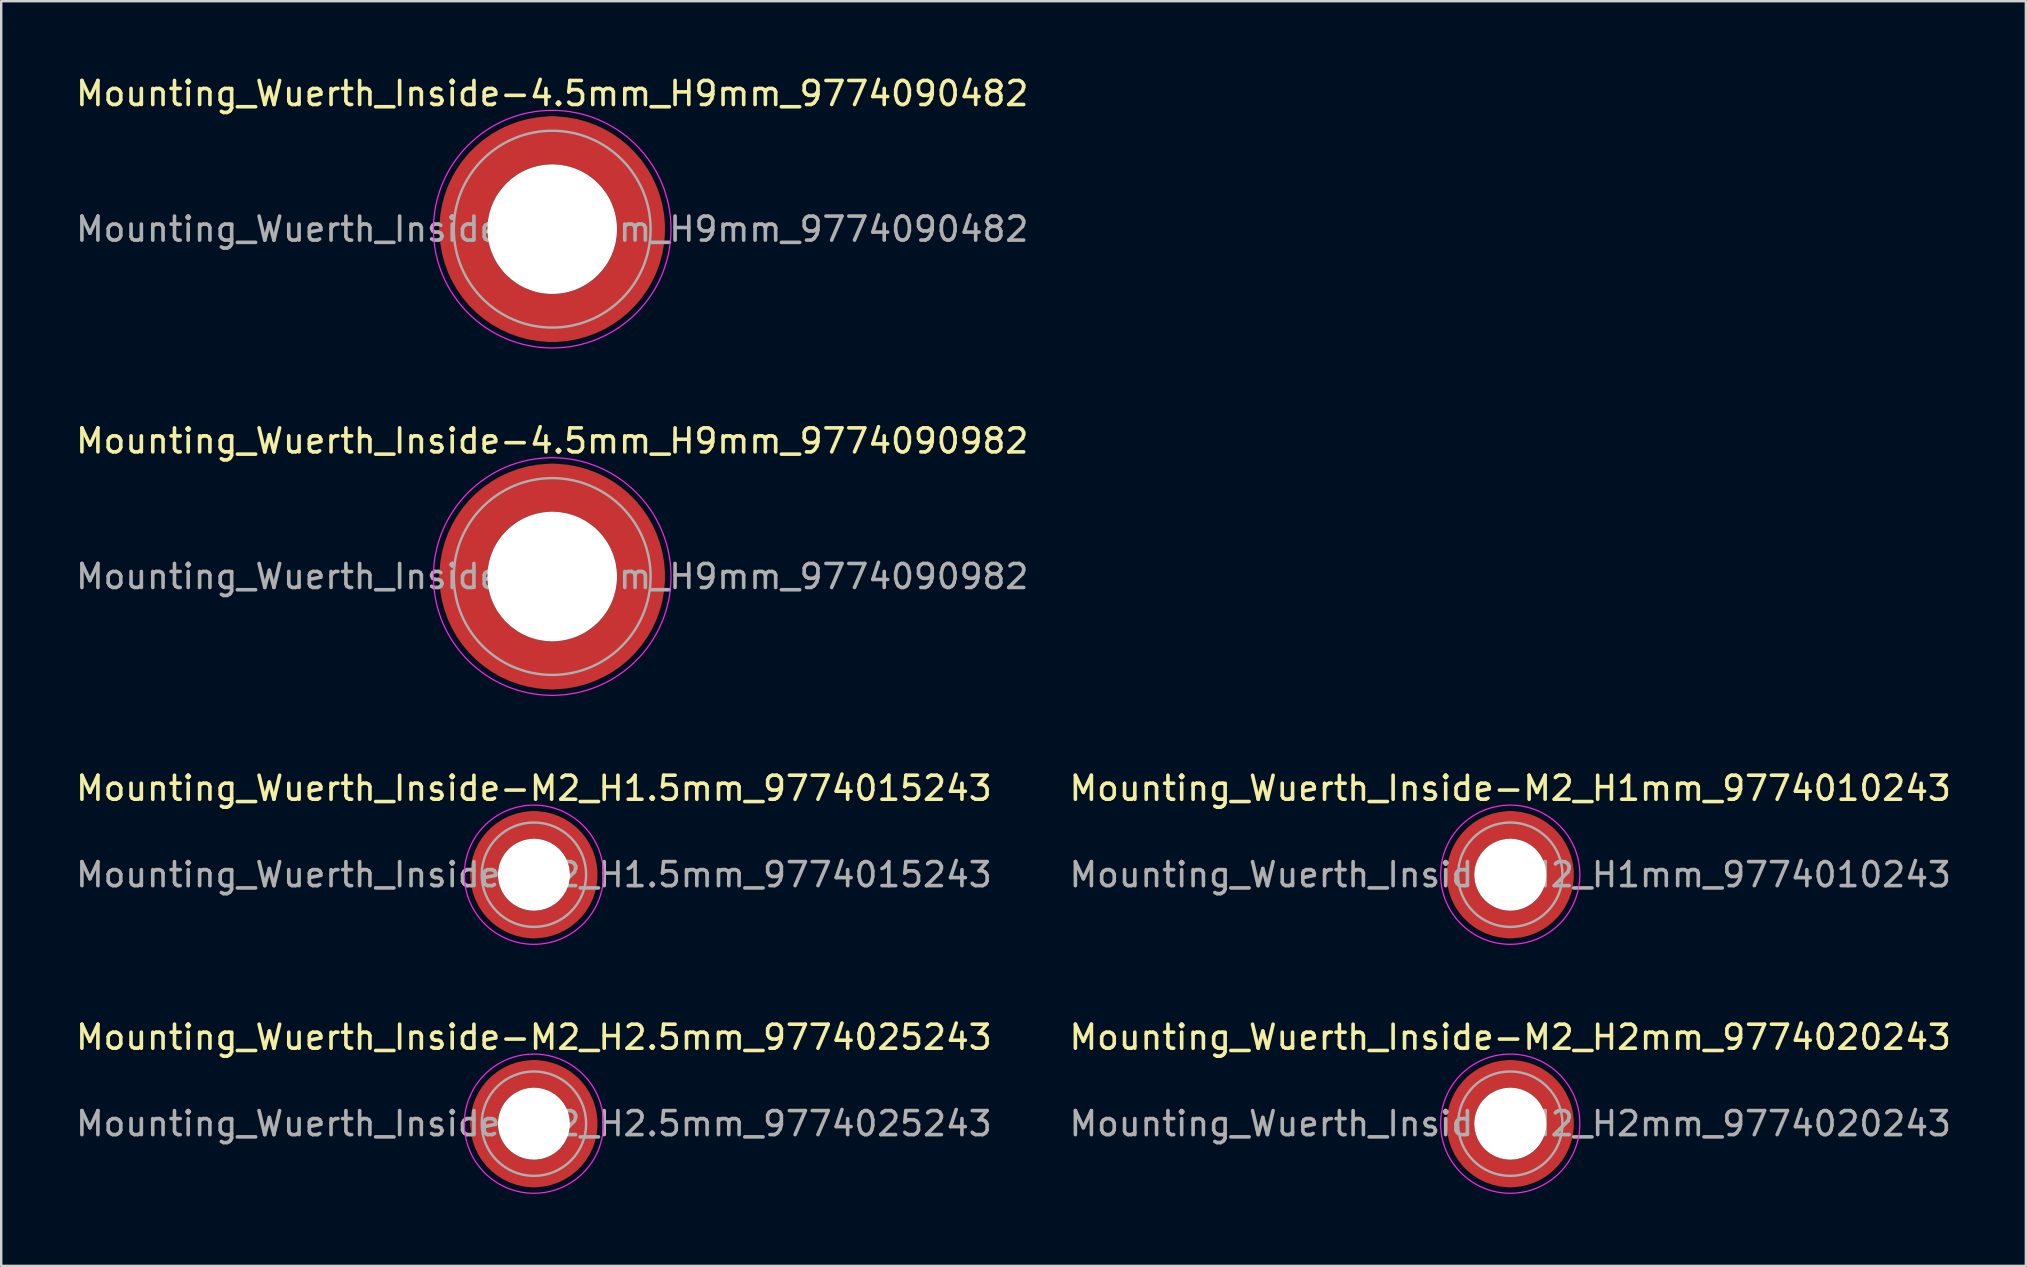
<source format=kicad_pcb>
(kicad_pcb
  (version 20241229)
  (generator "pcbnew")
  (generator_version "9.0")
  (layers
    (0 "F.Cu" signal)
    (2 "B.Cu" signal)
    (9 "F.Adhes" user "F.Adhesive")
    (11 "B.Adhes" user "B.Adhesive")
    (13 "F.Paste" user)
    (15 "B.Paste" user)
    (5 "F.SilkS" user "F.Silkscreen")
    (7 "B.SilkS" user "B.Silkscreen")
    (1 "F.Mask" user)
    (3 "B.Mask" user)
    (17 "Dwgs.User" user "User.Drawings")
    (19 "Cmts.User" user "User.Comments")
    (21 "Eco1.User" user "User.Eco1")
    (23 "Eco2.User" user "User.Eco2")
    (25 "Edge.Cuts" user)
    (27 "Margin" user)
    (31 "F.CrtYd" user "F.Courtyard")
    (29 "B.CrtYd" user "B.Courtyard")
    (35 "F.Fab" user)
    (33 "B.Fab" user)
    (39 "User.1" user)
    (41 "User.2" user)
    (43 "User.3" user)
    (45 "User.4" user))
  (footprint "Mounting_Wuerth_Inside-M2_H2.5mm_9774025243"
    (layer "F.Cu")
    (at 19.196 43.768)
    (property "Reference" "Mounting_Wuerth_Inside-M2_H2.5mm_9774025243" (at 0 -3.6 0) (layer "F.SilkS") (effects (font (size 1 1) (thickness 0.15))))
    (attr smd)
    (fp_circle (center 0 0) (end 2.9 0) (stroke (width 0.05) (type solid)) (fill no) (layer "F.CrtYd"))
    (fp_circle (center 0 0) (end 2.175 0) (stroke (width 0.1) (type solid)) (fill no) (layer "F.Fab"))
    (fp_text user "${REFERENCE}" (at 0 0 0) (layer "F.Fab") (effects (font (size 1 1) (thickness 0.15))))
    (pad "" smd custom (at -1.453 -1.453) (size 1.01 1.01) (layers "F.Paste") (options (anchor circle)) (primitives (gr_arc (start -0.262632 0.900604) (mid 0.178544 0.178544) (end 0.900604 -0.262632) (width 0.505)) (gr_arc (start -0.526231 0.900604) (mid 0 0) (end 0.900604 -0.526231) (width 0.505)) (gr_arc (start -0.787275 0.900604) (mid -0.178545 -0.178545) (end 0.900604 -0.787275) (width 0.505)) (gr_line (start 0.901 -0.263) (end 0.901 -0.787) (width 0.505)) (gr_line (start -0.263 0.901) (end -0.787 0.901) (width 0.505))))
    (pad "" smd custom (at -1.453 1.453) (size 1.01 1.01) (layers "F.Paste") (options (anchor circle)) (primitives (gr_arc (start 0.900604 0.262632) (mid 0.178544 -0.178544) (end -0.262632 -0.900604) (width 0.505)) (gr_arc (start 0.900604 0.526231) (mid 0 0) (end -0.526231 -0.900604) (width 0.505)) (gr_arc (start 0.900604 0.787275) (mid -0.178545 0.178545) (end -0.787275 -0.900604) (width 0.505)) (gr_line (start -0.263 -0.901) (end -0.787 -0.901) (width 0.505)) (gr_line (start 0.901 0.263) (end 0.901 0.787) (width 0.505))))
    (pad "" np_thru_hole circle (at 0 0) (size 3 3) (drill 3) (layers "*.Cu" "*.Mask"))
    (pad "" smd custom (at 1.453 -1.453) (size 1.01 1.01) (layers "F.Paste") (options (anchor circle)) (primitives (gr_arc (start -0.900604 -0.262632) (mid -0.178544 0.178544) (end 0.262632 0.900604) (width 0.505)) (gr_arc (start -0.900604 -0.526231) (mid 0 0) (end 0.526231 0.900604) (width 0.505)) (gr_arc (start -0.900604 -0.787275) (mid 0.178545 -0.178545) (end 0.787275 0.900604) (width 0.505)) (gr_line (start 0.263 0.901) (end 0.787 0.901) (width 0.505)) (gr_line (start -0.901 -0.263) (end -0.901 -0.787) (width 0.505))))
    (pad "" smd custom (at 1.453 1.453) (size 1.01 1.01) (layers "F.Paste") (options (anchor circle)) (primitives (gr_arc (start 0.262632 -0.900604) (mid -0.178544 -0.178544) (end -0.900604 0.262632) (width 0.505)) (gr_arc (start 0.526231 -0.900604) (mid 0 0) (end -0.900604 0.526231) (width 0.505)) (gr_arc (start 0.787275 -0.900604) (mid 0.178545 0.178545) (end -0.900604 0.787275) (width 0.505)) (gr_line (start -0.901 0.263) (end -0.901 0.787) (width 0.505)) (gr_line (start 0.263 -0.901) (end 0.787 -0.901) (width 0.505))))
    (pad "1" smd circle (at -2.075 0) (size 1.15 1.15) (layers "F.Cu"))
    (pad "1" smd circle (at 0 -2.075) (size 1.15 1.15) (layers "F.Cu"))
    (pad "1" smd circle (at 0 2.075) (size 1.15 1.15) (layers "F.Cu"))
    (pad "1" smd custom (at 2.075 0) (size 1.15 1.15) (layers "F.Cu" "F.Mask") (options (anchor circle)) (primitives (gr_circle (center -2.075 0) (end 0 0) (width 1.15) (fill no)))))
  (footprint "Mounting_Wuerth_Inside-M2_H1.5mm_9774015243"
    (layer "F.Cu")
    (at 19.196 33.395)
    (property "Reference" "Mounting_Wuerth_Inside-M2_H1.5mm_9774015243" (at 0 -3.6 0) (layer "F.SilkS") (effects (font (size 1 1) (thickness 0.15))))
    (attr smd)
    (fp_circle (center 0 0) (end 2.9 0) (stroke (width 0.05) (type solid)) (fill no) (layer "F.CrtYd"))
    (fp_circle (center 0 0) (end 2.175 0) (stroke (width 0.1) (type solid)) (fill no) (layer "F.Fab"))
    (fp_text user "${REFERENCE}" (at 0 0 0) (layer "F.Fab") (effects (font (size 1 1) (thickness 0.15))))
    (pad "" smd custom (at -1.453 -1.453) (size 1.01 1.01) (layers "F.Paste") (options (anchor circle)) (primitives (gr_arc (start -0.262632 0.900604) (mid 0.178544 0.178544) (end 0.900604 -0.262632) (width 0.505)) (gr_arc (start -0.526231 0.900604) (mid 0 0) (end 0.900604 -0.526231) (width 0.505)) (gr_arc (start -0.787275 0.900604) (mid -0.178545 -0.178545) (end 0.900604 -0.787275) (width 0.505)) (gr_line (start 0.901 -0.263) (end 0.901 -0.787) (width 0.505)) (gr_line (start -0.263 0.901) (end -0.787 0.901) (width 0.505))))
    (pad "" smd custom (at -1.453 1.453) (size 1.01 1.01) (layers "F.Paste") (options (anchor circle)) (primitives (gr_arc (start 0.900604 0.262632) (mid 0.178544 -0.178544) (end -0.262632 -0.900604) (width 0.505)) (gr_arc (start 0.900604 0.526231) (mid 0 0) (end -0.526231 -0.900604) (width 0.505)) (gr_arc (start 0.900604 0.787275) (mid -0.178545 0.178545) (end -0.787275 -0.900604) (width 0.505)) (gr_line (start -0.263 -0.901) (end -0.787 -0.901) (width 0.505)) (gr_line (start 0.901 0.263) (end 0.901 0.787) (width 0.505))))
    (pad "" np_thru_hole circle (at 0 0) (size 3 3) (drill 3) (layers "*.Cu" "*.Mask"))
    (pad "" smd custom (at 1.453 -1.453) (size 1.01 1.01) (layers "F.Paste") (options (anchor circle)) (primitives (gr_arc (start -0.900604 -0.262632) (mid -0.178544 0.178544) (end 0.262632 0.900604) (width 0.505)) (gr_arc (start -0.900604 -0.526231) (mid 0 0) (end 0.526231 0.900604) (width 0.505)) (gr_arc (start -0.900604 -0.787275) (mid 0.178545 -0.178545) (end 0.787275 0.900604) (width 0.505)) (gr_line (start 0.263 0.901) (end 0.787 0.901) (width 0.505)) (gr_line (start -0.901 -0.263) (end -0.901 -0.787) (width 0.505))))
    (pad "" smd custom (at 1.453 1.453) (size 1.01 1.01) (layers "F.Paste") (options (anchor circle)) (primitives (gr_arc (start 0.262632 -0.900604) (mid -0.178544 -0.178544) (end -0.900604 0.262632) (width 0.505)) (gr_arc (start 0.526231 -0.900604) (mid 0 0) (end -0.900604 0.526231) (width 0.505)) (gr_arc (start 0.787275 -0.900604) (mid 0.178545 0.178545) (end -0.900604 0.787275) (width 0.505)) (gr_line (start -0.901 0.263) (end -0.901 0.787) (width 0.505)) (gr_line (start 0.263 -0.901) (end 0.787 -0.901) (width 0.505))))
    (pad "1" smd circle (at -2.075 0) (size 1.15 1.15) (layers "F.Cu"))
    (pad "1" smd circle (at 0 -2.075) (size 1.15 1.15) (layers "F.Cu"))
    (pad "1" smd circle (at 0 2.075) (size 1.15 1.15) (layers "F.Cu"))
    (pad "1" smd custom (at 2.075 0) (size 1.15 1.15) (layers "F.Cu" "F.Mask") (options (anchor circle)) (primitives (gr_circle (center -2.075 0) (end 0 0) (width 1.15) (fill no)))))
  (footprint "Mounting_Wuerth_Inside-4.5mm_H9mm_9774090982"
    (layer "F.Cu")
    (at 19.958 20.971)
    (property "Reference" "Mounting_Wuerth_Inside-4.5mm_H9mm_9774090982" (at 0 -5.65 0) (layer "F.SilkS") (effects (font (size 1 1) (thickness 0.15))))
    (attr smd)
    (fp_circle (center 0 0) (end 4.95 0) (stroke (width 0.05) (type solid)) (fill no) (layer "F.CrtYd"))
    (fp_circle (center 0 0) (end 4.1 0) (stroke (width 0.1) (type solid)) (fill no) (layer "F.Fab"))
    (fp_text user "${REFERENCE}" (at 0 0 0) (layer "F.Fab") (effects (font (size 1 1) (thickness 0.15))))
    (pad "" smd custom (at -2.607 -2.607) (size 1.895 1.895) (layers "F.Paste") (options (anchor circle)) (primitives (gr_arc (start -0.485237 1.733706) (mid 0.334992 0.334992) (end 1.733706 -0.485237) (width 0.9475)) (gr_arc (start -0.975031 1.733706) (mid 0 0) (end 1.733706 -0.975031) (width 0.9475)) (gr_arc (start -1.461028 1.733706) (mid -0.334992 -0.334992) (end 1.733706 -1.461028) (width 0.9475)) (gr_line (start 1.734 -0.485) (end 1.734 -1.461) (width 0.948)) (gr_line (start -0.485 1.734) (end -1.461 1.734) (width 0.948))))
    (pad "" smd custom (at -2.607 2.607) (size 1.895 1.895) (layers "F.Paste") (options (anchor circle)) (primitives (gr_arc (start 1.733706 0.485237) (mid 0.334992 -0.334992) (end -0.485237 -1.733706) (width 0.9475)) (gr_arc (start 1.733706 0.975031) (mid 0 0) (end -0.975031 -1.733706) (width 0.9475)) (gr_arc (start 1.733706 1.461028) (mid -0.334992 0.334992) (end -1.461028 -1.733706) (width 0.9475)) (gr_line (start -0.485 -1.734) (end -1.461 -1.734) (width 0.948)) (gr_line (start 1.734 0.485) (end 1.734 1.461) (width 0.948))))
    (pad "" np_thru_hole circle (at 0 0) (size 5.4 5.4) (drill 5.4) (layers "*.Cu" "*.Mask"))
    (pad "" smd custom (at 2.607 -2.607) (size 1.895 1.895) (layers "F.Paste") (options (anchor circle)) (primitives (gr_arc (start -1.733706 -0.485237) (mid -0.334992 0.334992) (end 0.485237 1.733706) (width 0.9475)) (gr_arc (start -1.733706 -0.975031) (mid 0 0) (end 0.975031 1.733706) (width 0.9475)) (gr_arc (start -1.733706 -1.461028) (mid 0.334992 -0.334992) (end 1.461028 1.733706) (width 0.9475)) (gr_line (start 0.485 1.734) (end 1.461 1.734) (width 0.948)) (gr_line (start -1.734 -0.485) (end -1.734 -1.461) (width 0.948))))
    (pad "" smd custom (at 2.607 2.607) (size 1.895 1.895) (layers "F.Paste") (options (anchor circle)) (primitives (gr_arc (start 0.485237 -1.733706) (mid -0.334992 -0.334992) (end -1.733706 0.485237) (width 0.9475)) (gr_arc (start 0.975031 -1.733706) (mid 0 0) (end -1.733706 0.975031) (width 0.9475)) (gr_arc (start 1.461028 -1.733706) (mid 0.334992 0.334992) (end -1.733706 1.461028) (width 0.9475)) (gr_line (start -1.734 0.485) (end -1.734 1.461) (width 0.948)) (gr_line (start 0.485 -1.734) (end 1.461 -1.734) (width 0.948))))
    (pad "1" smd circle (at -3.7 0) (size 2 2) (layers "F.Cu"))
    (pad "1" smd circle (at 0 -3.7) (size 2 2) (layers "F.Cu"))
    (pad "1" smd circle (at 0 3.7) (size 2 2) (layers "F.Cu"))
    (pad "1" smd custom (at 3.7 0) (size 2 2) (layers "F.Cu" "F.Mask") (options (anchor circle)) (primitives (gr_circle (center -3.7 0) (end 0 0) (width 2) (fill no)))))
  (footprint "Mounting_Wuerth_Inside-M2_H1mm_9774010243"
    (layer "F.Cu")
    (at 59.875 33.395)
    (property "Reference" "Mounting_Wuerth_Inside-M2_H1mm_9774010243" (at 0 -3.6 0) (layer "F.SilkS") (effects (font (size 1 1) (thickness 0.15))))
    (attr smd)
    (fp_circle (center 0 0) (end 2.9 0) (stroke (width 0.05) (type solid)) (fill no) (layer "F.CrtYd"))
    (fp_circle (center 0 0) (end 2.175 0) (stroke (width 0.1) (type solid)) (fill no) (layer "F.Fab"))
    (fp_text user "${REFERENCE}" (at 0 0 0) (layer "F.Fab") (effects (font (size 1 1) (thickness 0.15))))
    (pad "" smd custom (at -1.453 -1.453) (size 1.01 1.01) (layers "F.Paste") (options (anchor circle)) (primitives (gr_arc (start -0.262632 0.900604) (mid 0.178544 0.178544) (end 0.900604 -0.262632) (width 0.505)) (gr_arc (start -0.526231 0.900604) (mid 0 0) (end 0.900604 -0.526231) (width 0.505)) (gr_arc (start -0.787275 0.900604) (mid -0.178545 -0.178545) (end 0.900604 -0.787275) (width 0.505)) (gr_line (start 0.901 -0.263) (end 0.901 -0.787) (width 0.505)) (gr_line (start -0.263 0.901) (end -0.787 0.901) (width 0.505))))
    (pad "" smd custom (at -1.453 1.453) (size 1.01 1.01) (layers "F.Paste") (options (anchor circle)) (primitives (gr_arc (start 0.900604 0.262632) (mid 0.178544 -0.178544) (end -0.262632 -0.900604) (width 0.505)) (gr_arc (start 0.900604 0.526231) (mid 0 0) (end -0.526231 -0.900604) (width 0.505)) (gr_arc (start 0.900604 0.787275) (mid -0.178545 0.178545) (end -0.787275 -0.900604) (width 0.505)) (gr_line (start -0.263 -0.901) (end -0.787 -0.901) (width 0.505)) (gr_line (start 0.901 0.263) (end 0.901 0.787) (width 0.505))))
    (pad "" np_thru_hole circle (at 0 0) (size 3 3) (drill 3) (layers "*.Cu" "*.Mask"))
    (pad "" smd custom (at 1.453 -1.453) (size 1.01 1.01) (layers "F.Paste") (options (anchor circle)) (primitives (gr_arc (start -0.900604 -0.262632) (mid -0.178544 0.178544) (end 0.262632 0.900604) (width 0.505)) (gr_arc (start -0.900604 -0.526231) (mid 0 0) (end 0.526231 0.900604) (width 0.505)) (gr_arc (start -0.900604 -0.787275) (mid 0.178545 -0.178545) (end 0.787275 0.900604) (width 0.505)) (gr_line (start 0.263 0.901) (end 0.787 0.901) (width 0.505)) (gr_line (start -0.901 -0.263) (end -0.901 -0.787) (width 0.505))))
    (pad "" smd custom (at 1.453 1.453) (size 1.01 1.01) (layers "F.Paste") (options (anchor circle)) (primitives (gr_arc (start 0.262632 -0.900604) (mid -0.178544 -0.178544) (end -0.900604 0.262632) (width 0.505)) (gr_arc (start 0.526231 -0.900604) (mid 0 0) (end -0.900604 0.526231) (width 0.505)) (gr_arc (start 0.787275 -0.900604) (mid 0.178545 0.178545) (end -0.900604 0.787275) (width 0.505)) (gr_line (start -0.901 0.263) (end -0.901 0.787) (width 0.505)) (gr_line (start 0.263 -0.901) (end 0.787 -0.901) (width 0.505))))
    (pad "1" smd circle (at -2.075 0) (size 1.15 1.15) (layers "F.Cu"))
    (pad "1" smd circle (at 0 -2.075) (size 1.15 1.15) (layers "F.Cu"))
    (pad "1" smd circle (at 0 2.075) (size 1.15 1.15) (layers "F.Cu"))
    (pad "1" smd custom (at 2.075 0) (size 1.15 1.15) (layers "F.Cu" "F.Mask") (options (anchor circle)) (primitives (gr_circle (center -2.075 0) (end 0 0) (width 1.15) (fill no)))))
  (footprint "Mounting_Wuerth_Inside-4.5mm_H9mm_9774090482"
    (layer "F.Cu")
    (at 19.958 6.498)
    (property "Reference" "Mounting_Wuerth_Inside-4.5mm_H9mm_9774090482" (at 0 -5.65 0) (layer "F.SilkS") (effects (font (size 1 1) (thickness 0.15))))
    (attr smd)
    (fp_circle (center 0 0) (end 4.95 0) (stroke (width 0.05) (type solid)) (fill no) (layer "F.CrtYd"))
    (fp_circle (center 0 0) (end 4.1 0) (stroke (width 0.1) (type solid)) (fill no) (layer "F.Fab"))
    (fp_text user "${REFERENCE}" (at 0 0 0) (layer "F.Fab") (effects (font (size 1 1) (thickness 0.15))))
    (pad "" smd custom (at -2.607 -2.607) (size 1.895 1.895) (layers "F.Paste") (options (anchor circle)) (primitives (gr_arc (start -0.485237 1.733706) (mid 0.334992 0.334992) (end 1.733706 -0.485237) (width 0.9475)) (gr_arc (start -0.975031 1.733706) (mid 0 0) (end 1.733706 -0.975031) (width 0.9475)) (gr_arc (start -1.461028 1.733706) (mid -0.334992 -0.334992) (end 1.733706 -1.461028) (width 0.9475)) (gr_line (start 1.734 -0.485) (end 1.734 -1.461) (width 0.948)) (gr_line (start -0.485 1.734) (end -1.461 1.734) (width 0.948))))
    (pad "" smd custom (at -2.607 2.607) (size 1.895 1.895) (layers "F.Paste") (options (anchor circle)) (primitives (gr_arc (start 1.733706 0.485237) (mid 0.334992 -0.334992) (end -0.485237 -1.733706) (width 0.9475)) (gr_arc (start 1.733706 0.975031) (mid 0 0) (end -0.975031 -1.733706) (width 0.9475)) (gr_arc (start 1.733706 1.461028) (mid -0.334992 0.334992) (end -1.461028 -1.733706) (width 0.9475)) (gr_line (start -0.485 -1.734) (end -1.461 -1.734) (width 0.948)) (gr_line (start 1.734 0.485) (end 1.734 1.461) (width 0.948))))
    (pad "" np_thru_hole circle (at 0 0) (size 5.4 5.4) (drill 5.4) (layers "*.Cu" "*.Mask"))
    (pad "" smd custom (at 2.607 -2.607) (size 1.895 1.895) (layers "F.Paste") (options (anchor circle)) (primitives (gr_arc (start -1.733706 -0.485237) (mid -0.334992 0.334992) (end 0.485237 1.733706) (width 0.9475)) (gr_arc (start -1.733706 -0.975031) (mid 0 0) (end 0.975031 1.733706) (width 0.9475)) (gr_arc (start -1.733706 -1.461028) (mid 0.334992 -0.334992) (end 1.461028 1.733706) (width 0.9475)) (gr_line (start 0.485 1.734) (end 1.461 1.734) (width 0.948)) (gr_line (start -1.734 -0.485) (end -1.734 -1.461) (width 0.948))))
    (pad "" smd custom (at 2.607 2.607) (size 1.895 1.895) (layers "F.Paste") (options (anchor circle)) (primitives (gr_arc (start 0.485237 -1.733706) (mid -0.334992 -0.334992) (end -1.733706 0.485237) (width 0.9475)) (gr_arc (start 0.975031 -1.733706) (mid 0 0) (end -1.733706 0.975031) (width 0.9475)) (gr_arc (start 1.461028 -1.733706) (mid 0.334992 0.334992) (end -1.733706 1.461028) (width 0.9475)) (gr_line (start -1.734 0.485) (end -1.734 1.461) (width 0.948)) (gr_line (start 0.485 -1.734) (end 1.461 -1.734) (width 0.948))))
    (pad "1" smd circle (at -3.7 0) (size 2 2) (layers "F.Cu"))
    (pad "1" smd circle (at 0 -3.7) (size 2 2) (layers "F.Cu"))
    (pad "1" smd circle (at 0 3.7) (size 2 2) (layers "F.Cu"))
    (pad "1" smd custom (at 3.7 0) (size 2 2) (layers "F.Cu" "F.Mask") (options (anchor circle)) (primitives (gr_circle (center -3.7 0) (end 0 0) (width 2) (fill no)))))
  (footprint "Mounting_Wuerth_Inside-M2_H2mm_9774020243"
    (layer "F.Cu")
    (at 59.875 43.768)
    (property "Reference" "Mounting_Wuerth_Inside-M2_H2mm_9774020243" (at 0 -3.6 0) (layer "F.SilkS") (effects (font (size 1 1) (thickness 0.15))))
    (attr smd)
    (fp_circle (center 0 0) (end 2.9 0) (stroke (width 0.05) (type solid)) (fill no) (layer "F.CrtYd"))
    (fp_circle (center 0 0) (end 2.175 0) (stroke (width 0.1) (type solid)) (fill no) (layer "F.Fab"))
    (fp_text user "${REFERENCE}" (at 0 0 0) (layer "F.Fab") (effects (font (size 1 1) (thickness 0.15))))
    (pad "" smd custom (at -1.453 -1.453) (size 1.01 1.01) (layers "F.Paste") (options (anchor circle)) (primitives (gr_arc (start -0.262632 0.900604) (mid 0.178544 0.178544) (end 0.900604 -0.262632) (width 0.505)) (gr_arc (start -0.526231 0.900604) (mid 0 0) (end 0.900604 -0.526231) (width 0.505)) (gr_arc (start -0.787275 0.900604) (mid -0.178545 -0.178545) (end 0.900604 -0.787275) (width 0.505)) (gr_line (start 0.901 -0.263) (end 0.901 -0.787) (width 0.505)) (gr_line (start -0.263 0.901) (end -0.787 0.901) (width 0.505))))
    (pad "" smd custom (at -1.453 1.453) (size 1.01 1.01) (layers "F.Paste") (options (anchor circle)) (primitives (gr_arc (start 0.900604 0.262632) (mid 0.178544 -0.178544) (end -0.262632 -0.900604) (width 0.505)) (gr_arc (start 0.900604 0.526231) (mid 0 0) (end -0.526231 -0.900604) (width 0.505)) (gr_arc (start 0.900604 0.787275) (mid -0.178545 0.178545) (end -0.787275 -0.900604) (width 0.505)) (gr_line (start -0.263 -0.901) (end -0.787 -0.901) (width 0.505)) (gr_line (start 0.901 0.263) (end 0.901 0.787) (width 0.505))))
    (pad "" np_thru_hole circle (at 0 0) (size 3 3) (drill 3) (layers "*.Cu" "*.Mask"))
    (pad "" smd custom (at 1.453 -1.453) (size 1.01 1.01) (layers "F.Paste") (options (anchor circle)) (primitives (gr_arc (start -0.900604 -0.262632) (mid -0.178544 0.178544) (end 0.262632 0.900604) (width 0.505)) (gr_arc (start -0.900604 -0.526231) (mid 0 0) (end 0.526231 0.900604) (width 0.505)) (gr_arc (start -0.900604 -0.787275) (mid 0.178545 -0.178545) (end 0.787275 0.900604) (width 0.505)) (gr_line (start 0.263 0.901) (end 0.787 0.901) (width 0.505)) (gr_line (start -0.901 -0.263) (end -0.901 -0.787) (width 0.505))))
    (pad "" smd custom (at 1.453 1.453) (size 1.01 1.01) (layers "F.Paste") (options (anchor circle)) (primitives (gr_arc (start 0.262632 -0.900604) (mid -0.178544 -0.178544) (end -0.900604 0.262632) (width 0.505)) (gr_arc (start 0.526231 -0.900604) (mid 0 0) (end -0.900604 0.526231) (width 0.505)) (gr_arc (start 0.787275 -0.900604) (mid 0.178545 0.178545) (end -0.900604 0.787275) (width 0.505)) (gr_line (start -0.901 0.263) (end -0.901 0.787) (width 0.505)) (gr_line (start 0.263 -0.901) (end 0.787 -0.901) (width 0.505))))
    (pad "1" smd circle (at -2.075 0) (size 1.15 1.15) (layers "F.Cu"))
    (pad "1" smd circle (at 0 -2.075) (size 1.15 1.15) (layers "F.Cu"))
    (pad "1" smd circle (at 0 2.075) (size 1.15 1.15) (layers "F.Cu"))
    (pad "1" smd custom (at 2.075 0) (size 1.15 1.15) (layers "F.Cu" "F.Mask") (options (anchor circle)) (primitives (gr_circle (center -2.075 0) (end 0 0) (width 1.15) (fill no)))))
  (gr_rect
    (start -3 -3)
    (end 81.357 49.693)
    (stroke (width 0.1) (type default))
    (fill no)
    (layer "Edge.Cuts")))
</source>
